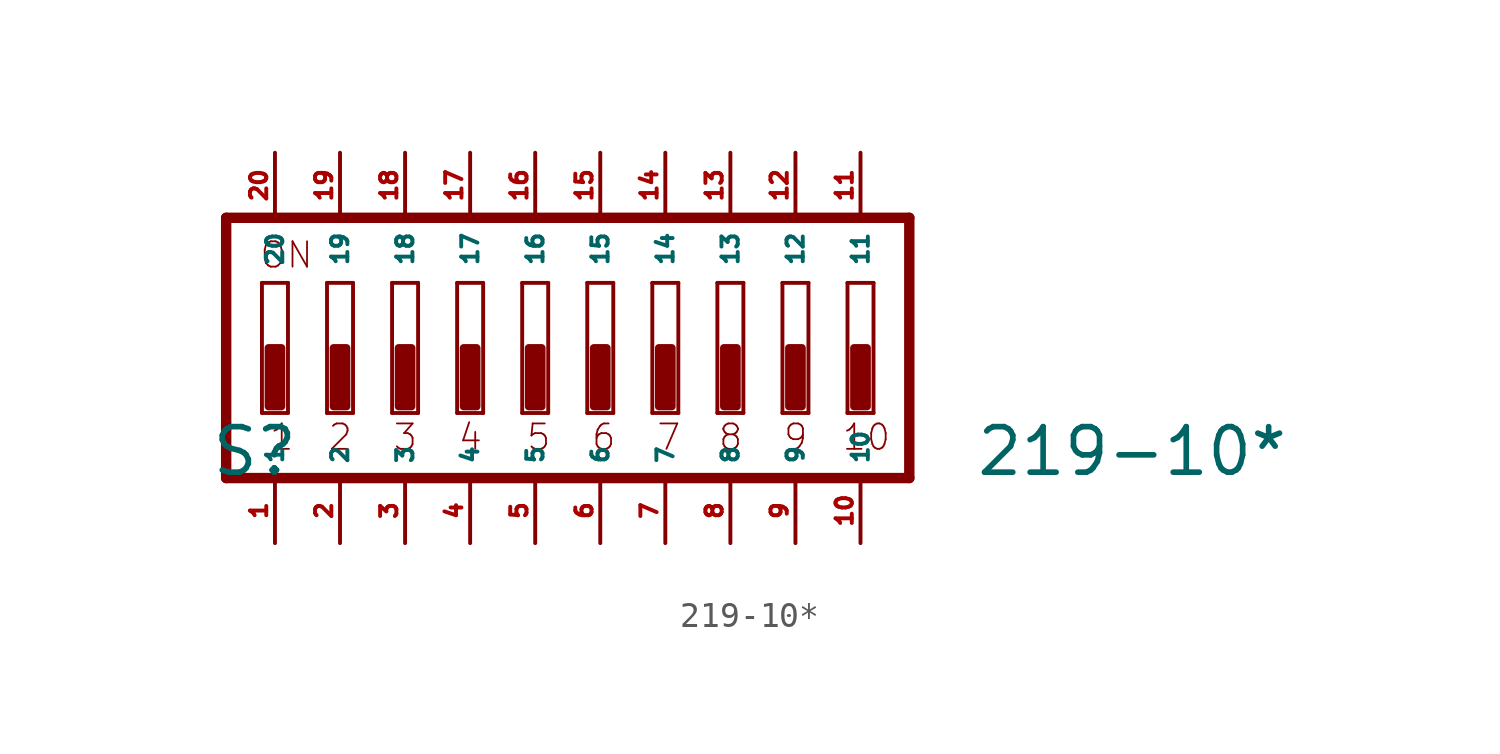
<source format=kicad_sym>
(kicad_symbol_lib
  (version 20220914)
  (generator Eagle2Kicad)
  (symbol "219-10*"
    (property "Reference" "S"
      (at -15.24 -5.08 0)
      (effects (font (size 1.778 1.778) (thickness 0.22)) (justify left bottom)))
    (property "Value" "219-10*"
      (at 14.605 -5.08 0)
      (effects (font (size 1.778 1.778) (thickness 0.22)) (justify left bottom)))
    (polyline
      (pts (xy 12.065 5.08) (xy -14.605 5.08))
      (stroke (width 0.406) (type default))
      (fill (type none)))
    (polyline
      (pts (xy -14.605 5.08) (xy -14.605 -5.08))
      (stroke (width 0.406) (type default))
      (fill (type none)))
    (polyline
      (pts (xy -14.605 -5.08) (xy 12.065 -5.08))
      (stroke (width 0.406) (type default))
      (fill (type none)))
    (polyline
      (pts (xy 12.065 -5.08) (xy 12.065 5.08))
      (stroke (width 0.406) (type default))
      (fill (type none)))
    (polyline
      (pts (xy -12.192 -2.54) (xy -13.208 -2.54))
      (stroke (width 0.152) (type default))
      (fill (type none)))
    (polyline
      (pts (xy -13.208 2.54) (xy -12.192 2.54))
      (stroke (width 0.152) (type default))
      (fill (type none)))
    (polyline
      (pts (xy -12.192 2.54) (xy -12.192 -2.54))
      (stroke (width 0.152) (type default))
      (fill (type none)))
    (polyline
      (pts (xy -13.208 -2.54) (xy -13.208 2.54))
      (stroke (width 0.152) (type default))
      (fill (type none)))
    (polyline
      (pts (xy -9.652 -2.54) (xy -10.668 -2.54))
      (stroke (width 0.152) (type default))
      (fill (type none)))
    (polyline
      (pts (xy -10.668 2.54) (xy -9.652 2.54))
      (stroke (width 0.152) (type default))
      (fill (type none)))
    (polyline
      (pts (xy -9.652 2.54) (xy -9.652 -2.54))
      (stroke (width 0.152) (type default))
      (fill (type none)))
    (polyline
      (pts (xy -10.668 -2.54) (xy -10.668 2.54))
      (stroke (width 0.152) (type default))
      (fill (type none)))
    (polyline
      (pts (xy -7.112 -2.54) (xy -8.128 -2.54))
      (stroke (width 0.152) (type default))
      (fill (type none)))
    (polyline
      (pts (xy -8.128 2.54) (xy -7.112 2.54))
      (stroke (width 0.152) (type default))
      (fill (type none)))
    (polyline
      (pts (xy -7.112 2.54) (xy -7.112 -2.54))
      (stroke (width 0.152) (type default))
      (fill (type none)))
    (polyline
      (pts (xy -8.128 -2.54) (xy -8.128 2.54))
      (stroke (width 0.152) (type default))
      (fill (type none)))
    (polyline
      (pts (xy -4.572 -2.54) (xy -5.588 -2.54))
      (stroke (width 0.152) (type default))
      (fill (type none)))
    (polyline
      (pts (xy -5.588 2.54) (xy -4.572 2.54))
      (stroke (width 0.152) (type default))
      (fill (type none)))
    (polyline
      (pts (xy -4.572 2.54) (xy -4.572 -2.54))
      (stroke (width 0.152) (type default))
      (fill (type none)))
    (polyline
      (pts (xy -5.588 -2.54) (xy -5.588 2.54))
      (stroke (width 0.152) (type default))
      (fill (type none)))
    (polyline
      (pts (xy -2.032 -2.54) (xy -3.048 -2.54))
      (stroke (width 0.152) (type default))
      (fill (type none)))
    (polyline
      (pts (xy -3.048 2.54) (xy -2.032 2.54))
      (stroke (width 0.152) (type default))
      (fill (type none)))
    (polyline
      (pts (xy -2.032 2.54) (xy -2.032 -2.54))
      (stroke (width 0.152) (type default))
      (fill (type none)))
    (polyline
      (pts (xy -3.048 -2.54) (xy -3.048 2.54))
      (stroke (width 0.152) (type default))
      (fill (type none)))
    (polyline
      (pts (xy 0.508 -2.54) (xy -0.508 -2.54))
      (stroke (width 0.152) (type default))
      (fill (type none)))
    (polyline
      (pts (xy -0.508 2.54) (xy 0.508 2.54))
      (stroke (width 0.152) (type default))
      (fill (type none)))
    (polyline
      (pts (xy 0.508 2.54) (xy 0.508 -2.54))
      (stroke (width 0.152) (type default))
      (fill (type none)))
    (polyline
      (pts (xy -0.508 -2.54) (xy -0.508 2.54))
      (stroke (width 0.152) (type default))
      (fill (type none)))
    (polyline
      (pts (xy 3.048 -2.54) (xy 2.032 -2.54))
      (stroke (width 0.152) (type default))
      (fill (type none)))
    (polyline
      (pts (xy 2.032 2.54) (xy 3.048 2.54))
      (stroke (width 0.152) (type default))
      (fill (type none)))
    (polyline
      (pts (xy 3.048 2.54) (xy 3.048 -2.54))
      (stroke (width 0.152) (type default))
      (fill (type none)))
    (polyline
      (pts (xy 2.032 -2.54) (xy 2.032 2.54))
      (stroke (width 0.152) (type default))
      (fill (type none)))
    (polyline
      (pts (xy 5.588 -2.54) (xy 4.572 -2.54))
      (stroke (width 0.152) (type default))
      (fill (type none)))
    (polyline
      (pts (xy 4.572 2.54) (xy 5.588 2.54))
      (stroke (width 0.152) (type default))
      (fill (type none)))
    (polyline
      (pts (xy 5.588 2.54) (xy 5.588 -2.54))
      (stroke (width 0.152) (type default))
      (fill (type none)))
    (polyline
      (pts (xy 4.572 -2.54) (xy 4.572 2.54))
      (stroke (width 0.152) (type default))
      (fill (type none)))
    (polyline
      (pts (xy 8.128 -2.54) (xy 7.112 -2.54))
      (stroke (width 0.152) (type default))
      (fill (type none)))
    (polyline
      (pts (xy 7.112 2.54) (xy 8.128 2.54))
      (stroke (width 0.152) (type default))
      (fill (type none)))
    (polyline
      (pts (xy 8.128 2.54) (xy 8.128 -2.54))
      (stroke (width 0.152) (type default))
      (fill (type none)))
    (polyline
      (pts (xy 7.112 -2.54) (xy 7.112 2.54))
      (stroke (width 0.152) (type default))
      (fill (type none)))
    (polyline
      (pts (xy 10.668 -2.54) (xy 9.652 -2.54))
      (stroke (width 0.152) (type default))
      (fill (type none)))
    (polyline
      (pts (xy 9.652 2.54) (xy 10.668 2.54))
      (stroke (width 0.152) (type default))
      (fill (type none)))
    (polyline
      (pts (xy 10.668 2.54) (xy 10.668 -2.54))
      (stroke (width 0.152) (type default))
      (fill (type none)))
    (polyline
      (pts (xy 9.652 -2.54) (xy 9.652 2.54))
      (stroke (width 0.152) (type default))
      (fill (type none)))
    (text "1"
      (at -12.954 -4.064 0)
      (effects (font (size 0.991 0.991) (thickness 0.07)) (justify left bottom)))
    (text "2"
      (at -10.668 -4.064 0)
      (effects (font (size 0.991 0.991) (thickness 0.07)) (justify left bottom)))
    (text "3"
      (at -8.128 -4.064 0)
      (effects (font (size 0.991 0.991) (thickness 0.07)) (justify left bottom)))
    (text "4"
      (at -5.588 -4.064 0)
      (effects (font (size 0.991 0.991) (thickness 0.07)) (justify left bottom)))
    (text "5"
      (at -2.921 -4.064 0)
      (effects (font (size 0.991 0.991) (thickness 0.07)) (justify left bottom)))
    (text "6"
      (at -0.381 -4.064 0)
      (effects (font (size 0.991 0.991) (thickness 0.07)) (justify left bottom)))
    (text "7"
      (at 2.159 -4.064 0)
      (effects (font (size 0.991 0.991) (thickness 0.07)) (justify left bottom)))
    (text "8"
      (at 4.572 -4.064 0)
      (effects (font (size 0.991 0.991) (thickness 0.07)) (justify left bottom)))
    (text "9"
      (at 7.112 -4.064 0)
      (effects (font (size 0.991 0.991) (thickness 0.07)) (justify left bottom)))
    (text "ON"
      (at -13.335 3.048 0)
      (effects (font (size 0.991 0.991) (thickness 0.07)) (justify left bottom)))
    (text "10"
      (at 9.398 -4.064 0)
      (effects (font (size 0.991 0.991) (thickness 0.07)) (justify left bottom)))
    (rectangle
      (start -12.954 -2.286)
      (end -12.446 0)
      (stroke (width 0.3) (type default))
      (fill (type outline)))
    (rectangle
      (start -10.414 -2.286)
      (end -9.906 0)
      (stroke (width 0.3) (type default))
      (fill (type outline)))
    (rectangle
      (start -7.874 -2.286)
      (end -7.366 0)
      (stroke (width 0.3) (type default))
      (fill (type outline)))
    (rectangle
      (start -5.334 -2.286)
      (end -4.826 0)
      (stroke (width 0.3) (type default))
      (fill (type outline)))
    (rectangle
      (start -2.794 -2.286)
      (end -2.286 0)
      (stroke (width 0.3) (type default))
      (fill (type outline)))
    (rectangle
      (start -0.254 -2.286)
      (end 0.254 0)
      (stroke (width 0.3) (type default))
      (fill (type outline)))
    (rectangle
      (start 2.286 -2.286)
      (end 2.794 0)
      (stroke (width 0.3) (type default))
      (fill (type outline)))
    (rectangle
      (start 4.826 -2.286)
      (end 5.334 0)
      (stroke (width 0.3) (type default))
      (fill (type outline)))
    (rectangle
      (start 7.366 -2.286)
      (end 7.874 0)
      (stroke (width 0.3) (type default))
      (fill (type outline)))
    (rectangle
      (start 9.906 -2.286)
      (end 10.414 0)
      (stroke (width 0.3) (type default))
      (fill (type outline)))
    (pin passive line
      (at 7.62 7.62 270)
      (length 2.54)
      (name "12" (effects (font (size 0.635 0.635) (thickness 0.08)) (justify left bottom)))
      (number "12" (effects (font (size 0.635 0.635) (thickness 0.08)) (justify left bottom))))
    (pin passive line
      (at 5.08 7.62 270)
      (length 2.54)
      (name "13" (effects (font (size 0.635 0.635) (thickness 0.08)) (justify left bottom)))
      (number "13" (effects (font (size 0.635 0.635) (thickness 0.08)) (justify left bottom))))
    (pin passive line
      (at 2.54 7.62 270)
      (length 2.54)
      (name "14" (effects (font (size 0.635 0.635) (thickness 0.08)) (justify left bottom)))
      (number "14" (effects (font (size 0.635 0.635) (thickness 0.08)) (justify left bottom))))
    (pin passive line
      (at 0 7.62 270)
      (length 2.54)
      (name "15" (effects (font (size 0.635 0.635) (thickness 0.08)) (justify left bottom)))
      (number "15" (effects (font (size 0.635 0.635) (thickness 0.08)) (justify left bottom))))
    (pin passive line
      (at -2.54 7.62 270)
      (length 2.54)
      (name "16" (effects (font (size 0.635 0.635) (thickness 0.08)) (justify left bottom)))
      (number "16" (effects (font (size 0.635 0.635) (thickness 0.08)) (justify left bottom))))
    (pin passive line
      (at -5.08 7.62 270)
      (length 2.54)
      (name "17" (effects (font (size 0.635 0.635) (thickness 0.08)) (justify left bottom)))
      (number "17" (effects (font (size 0.635 0.635) (thickness 0.08)) (justify left bottom))))
    (pin passive line
      (at -7.62 7.62 270)
      (length 2.54)
      (name "18" (effects (font (size 0.635 0.635) (thickness 0.08)) (justify left bottom)))
      (number "18" (effects (font (size 0.635 0.635) (thickness 0.08)) (justify left bottom))))
    (pin passive line
      (at -10.16 7.62 270)
      (length 2.54)
      (name "19" (effects (font (size 0.635 0.635) (thickness 0.08)) (justify left bottom)))
      (number "19" (effects (font (size 0.635 0.635) (thickness 0.08)) (justify left bottom))))
    (pin passive line
      (at -12.7 7.62 270)
      (length 2.54)
      (name "20" (effects (font (size 0.635 0.635) (thickness 0.08)) (justify left bottom)))
      (number "20" (effects (font (size 0.635 0.635) (thickness 0.08)) (justify left bottom))))
    (pin passive line
      (at -12.7 -7.62 90)
      (length 2.54)
      (name "1" (effects (font (size 0.635 0.635) (thickness 0.08)) (justify left bottom)))
      (number "1" (effects (font (size 0.635 0.635) (thickness 0.08)) (justify left bottom))))
    (pin passive line
      (at -10.16 -7.62 90)
      (length 2.54)
      (name "2" (effects (font (size 0.635 0.635) (thickness 0.08)) (justify left bottom)))
      (number "2" (effects (font (size 0.635 0.635) (thickness 0.08)) (justify left bottom))))
    (pin passive line
      (at -7.62 -7.62 90)
      (length 2.54)
      (name "3" (effects (font (size 0.635 0.635) (thickness 0.08)) (justify left bottom)))
      (number "3" (effects (font (size 0.635 0.635) (thickness 0.08)) (justify left bottom))))
    (pin passive line
      (at -5.08 -7.62 90)
      (length 2.54)
      (name "4" (effects (font (size 0.635 0.635) (thickness 0.08)) (justify left bottom)))
      (number "4" (effects (font (size 0.635 0.635) (thickness 0.08)) (justify left bottom))))
    (pin passive line
      (at -2.54 -7.62 90)
      (length 2.54)
      (name "5" (effects (font (size 0.635 0.635) (thickness 0.08)) (justify left bottom)))
      (number "5" (effects (font (size 0.635 0.635) (thickness 0.08)) (justify left bottom))))
    (pin passive line
      (at 0 -7.62 90)
      (length 2.54)
      (name "6" (effects (font (size 0.635 0.635) (thickness 0.08)) (justify left bottom)))
      (number "6" (effects (font (size 0.635 0.635) (thickness 0.08)) (justify left bottom))))
    (pin passive line
      (at 2.54 -7.62 90)
      (length 2.54)
      (name "7" (effects (font (size 0.635 0.635) (thickness 0.08)) (justify left bottom)))
      (number "7" (effects (font (size 0.635 0.635) (thickness 0.08)) (justify left bottom))))
    (pin passive line
      (at 5.08 -7.62 90)
      (length 2.54)
      (name "8" (effects (font (size 0.635 0.635) (thickness 0.08)) (justify left bottom)))
      (number "8" (effects (font (size 0.635 0.635) (thickness 0.08)) (justify left bottom))))
    (pin passive line
      (at 7.62 -7.62 90)
      (length 2.54)
      (name "9" (effects (font (size 0.635 0.635) (thickness 0.08)) (justify left bottom)))
      (number "9" (effects (font (size 0.635 0.635) (thickness 0.08)) (justify left bottom))))
    (pin passive line
      (at 10.16 -7.62 90)
      (length 2.54)
      (name "10" (effects (font (size 0.635 0.635) (thickness 0.08)) (justify left bottom)))
      (number "10" (effects (font (size 0.635 0.635) (thickness 0.08)) (justify left bottom))))
    (pin passive line
      (at 10.16 7.62 270)
      (length 2.54)
      (name "11" (effects (font (size 0.635 0.635) (thickness 0.08)) (justify left bottom)))
      (number "11" (effects (font (size 0.635 0.635) (thickness 0.08)) (justify left bottom))))))
</source>
